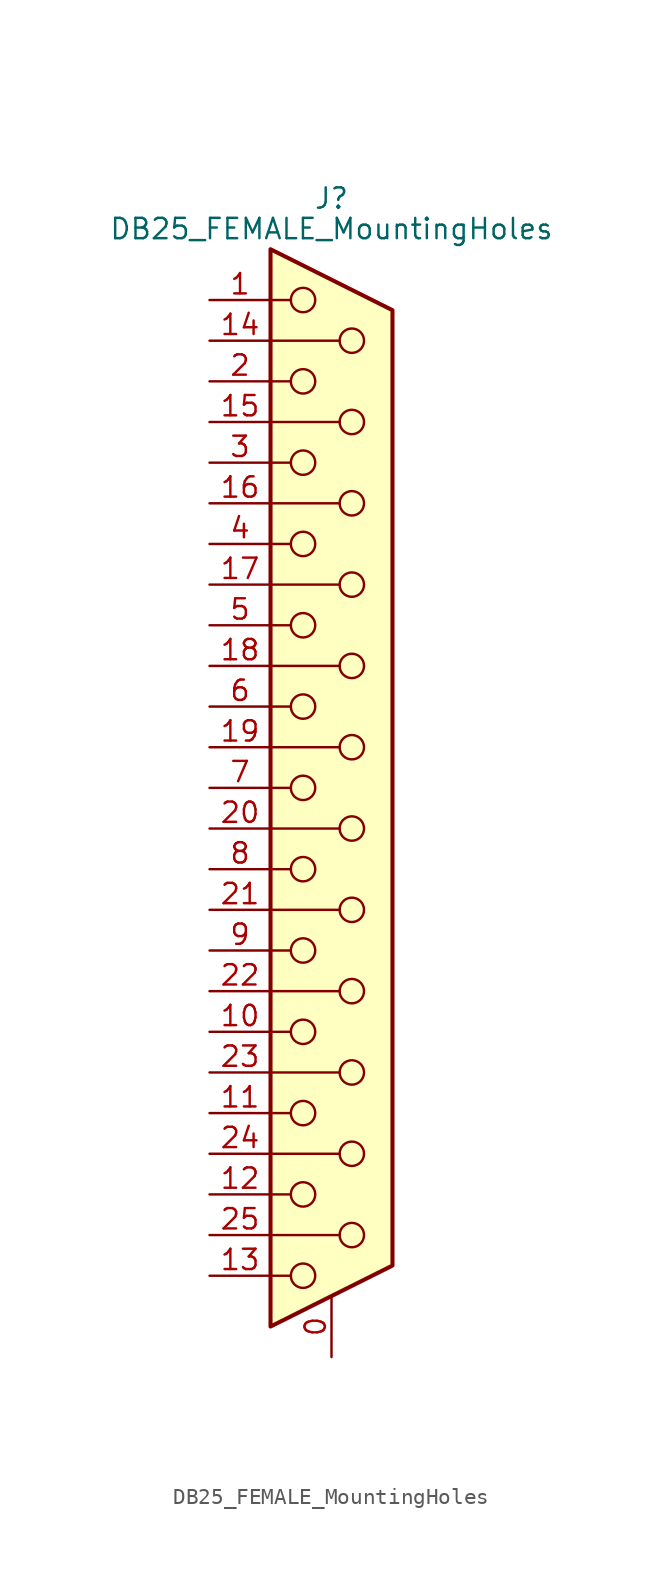
<source format=kicad_sym>
(kicad_symbol_lib
  (version 20211014)
  (generator kicad_symbol_editor)
  (symbol "DB25_FEMALE_MountingHoles"
    (pin_names
      (offset 1.016) hide)
    (property "Reference" "J"
      (at 0 36.83 0)
      (effects (font (size 1.27 1.27))))
    (property "Value" "DB25_FEMALE_MountingHoles"
      (at 0 34.925 0)
      (effects (font (size 1.27 1.27))))
    (symbol "DB25_FEMALE_MountingHoles_0_1"
      (circle (center -1.778 -30.48) (radius 0.762) (stroke (width 0) (type default) (color 0 0 0 0)) (fill (type none)))
      (circle (center -1.778 -25.4) (radius 0.762) (stroke (width 0) (type default) (color 0 0 0 0)) (fill (type none)))
      (circle (center -1.778 -20.32) (radius 0.762) (stroke (width 0) (type default) (color 0 0 0 0)) (fill (type none)))
      (circle (center -1.778 -15.24) (radius 0.762) (stroke (width 0) (type default) (color 0 0 0 0)) (fill (type none)))
      (circle (center -1.778 -10.16) (radius 0.762) (stroke (width 0) (type default) (color 0 0 0 0)) (fill (type none)))
      (circle (center -1.778 -5.08) (radius 0.762) (stroke (width 0) (type default) (color 0 0 0 0)) (fill (type none)))
      (circle (center -1.778 0) (radius 0.762) (stroke (width 0) (type default) (color 0 0 0 0)) (fill (type none)))
      (circle (center -1.778 5.08) (radius 0.762) (stroke (width 0) (type default) (color 0 0 0 0)) (fill (type none)))
      (circle (center -1.778 10.16) (radius 0.762) (stroke (width 0) (type default) (color 0 0 0 0)) (fill (type none)))
      (circle (center -1.778 15.24) (radius 0.762) (stroke (width 0) (type default) (color 0 0 0 0)) (fill (type none)))
      (circle (center -1.778 20.32) (radius 0.762) (stroke (width 0) (type default) (color 0 0 0 0)) (fill (type none)))
      (circle (center -1.778 25.4) (radius 0.762) (stroke (width 0) (type default) (color 0 0 0 0)) (fill (type none)))
      (circle (center -1.778 30.48) (radius 0.762) (stroke (width 0) (type default) (color 0 0 0 0)) (fill (type none)))
      (polyline (pts (xy -3.81 -30.48) (xy -2.54 -30.48)) (stroke (width 0) (type default) (color 0 0 0 0)) (fill (type none)))
      (polyline (pts (xy -3.81 -27.94) (xy 0.508 -27.94)) (stroke (width 0) (type default) (color 0 0 0 0)) (fill (type none)))
      (polyline (pts (xy -3.81 -25.4) (xy -2.54 -25.4)) (stroke (width 0) (type default) (color 0 0 0 0)) (fill (type none)))
      (polyline (pts (xy -3.81 -22.86) (xy 0.508 -22.86)) (stroke (width 0) (type default) (color 0 0 0 0)) (fill (type none)))
      (polyline (pts (xy -3.81 -20.32) (xy -2.54 -20.32)) (stroke (width 0) (type default) (color 0 0 0 0)) (fill (type none)))
      (polyline (pts (xy -3.81 -17.78) (xy 0.508 -17.78)) (stroke (width 0) (type default) (color 0 0 0 0)) (fill (type none)))
      (polyline (pts (xy -3.81 -15.24) (xy -2.54 -15.24)) (stroke (width 0) (type default) (color 0 0 0 0)) (fill (type none)))
      (polyline (pts (xy -3.81 -12.7) (xy 0.508 -12.7)) (stroke (width 0) (type default) (color 0 0 0 0)) (fill (type none)))
      (polyline (pts (xy -3.81 -10.16) (xy -2.54 -10.16)) (stroke (width 0) (type default) (color 0 0 0 0)) (fill (type none)))
      (polyline (pts (xy -3.81 -7.62) (xy 0.508 -7.62)) (stroke (width 0) (type default) (color 0 0 0 0)) (fill (type none)))
      (polyline (pts (xy -3.81 -5.08) (xy -2.54 -5.08)) (stroke (width 0) (type default) (color 0 0 0 0)) (fill (type none)))
      (polyline (pts (xy -3.81 -2.54) (xy 0.508 -2.54)) (stroke (width 0) (type default) (color 0 0 0 0)) (fill (type none)))
      (polyline (pts (xy -3.81 0) (xy -2.54 0)) (stroke (width 0) (type default) (color 0 0 0 0)) (fill (type none)))
      (polyline (pts (xy -3.81 2.54) (xy 0.508 2.54)) (stroke (width 0) (type default) (color 0 0 0 0)) (fill (type none)))
      (polyline (pts (xy -3.81 5.08) (xy -2.54 5.08)) (stroke (width 0) (type default) (color 0 0 0 0)) (fill (type none)))
      (polyline (pts (xy -3.81 7.62) (xy 0.508 7.62)) (stroke (width 0) (type default) (color 0 0 0 0)) (fill (type none)))
      (polyline (pts (xy -3.81 10.16) (xy -2.54 10.16)) (stroke (width 0) (type default) (color 0 0 0 0)) (fill (type none)))
      (polyline (pts (xy -3.81 12.7) (xy 0.508 12.7)) (stroke (width 0) (type default) (color 0 0 0 0)) (fill (type none)))
      (polyline (pts (xy -3.81 15.24) (xy -2.54 15.24)) (stroke (width 0) (type default) (color 0 0 0 0)) (fill (type none)))
      (polyline (pts (xy -3.81 17.78) (xy 0.508 17.78)) (stroke (width 0) (type default) (color 0 0 0 0)) (fill (type none)))
      (polyline (pts (xy -3.81 20.32) (xy -2.54 20.32)) (stroke (width 0) (type default) (color 0 0 0 0)) (fill (type none)))
      (polyline (pts (xy -3.81 22.86) (xy 0.508 22.86)) (stroke (width 0) (type default) (color 0 0 0 0)) (fill (type none)))
      (polyline (pts (xy -3.81 25.4) (xy -2.54 25.4)) (stroke (width 0) (type default) (color 0 0 0 0)) (fill (type none)))
      (polyline (pts (xy -3.81 27.94) (xy 0.508 27.94)) (stroke (width 0) (type default) (color 0 0 0 0)) (fill (type none)))
      (polyline (pts (xy -3.81 30.48) (xy -2.54 30.48)) (stroke (width 0) (type default) (color 0 0 0 0)) (fill (type none)))
      (polyline (pts (xy -3.81 33.655) (xy 3.81 29.845) (xy 3.81 -29.845) (xy -3.81 -33.655) (xy -3.81 33.655)) (stroke (width 0.254) (type default) (color 0 0 0 0)) (fill (type background)))
      (circle (center 1.27 -27.94) (radius 0.762) (stroke (width 0) (type default) (color 0 0 0 0)) (fill (type none)))
      (circle (center 1.27 -22.86) (radius 0.762) (stroke (width 0) (type default) (color 0 0 0 0)) (fill (type none)))
      (circle (center 1.27 -17.78) (radius 0.762) (stroke (width 0) (type default) (color 0 0 0 0)) (fill (type none)))
      (circle (center 1.27 -12.7) (radius 0.762) (stroke (width 0) (type default) (color 0 0 0 0)) (fill (type none)))
      (circle (center 1.27 -7.62) (radius 0.762) (stroke (width 0) (type default) (color 0 0 0 0)) (fill (type none)))
      (circle (center 1.27 -2.54) (radius 0.762) (stroke (width 0) (type default) (color 0 0 0 0)) (fill (type none)))
      (circle (center 1.27 2.54) (radius 0.762) (stroke (width 0) (type default) (color 0 0 0 0)) (fill (type none)))
      (circle (center 1.27 7.62) (radius 0.762) (stroke (width 0) (type default) (color 0 0 0 0)) (fill (type none)))
      (circle (center 1.27 12.7) (radius 0.762) (stroke (width 0) (type default) (color 0 0 0 0)) (fill (type none)))
      (circle (center 1.27 17.78) (radius 0.762) (stroke (width 0) (type default) (color 0 0 0 0)) (fill (type none)))
      (circle (center 1.27 22.86) (radius 0.762) (stroke (width 0) (type default) (color 0 0 0 0)) (fill (type none)))
      (circle (center 1.27 27.94) (radius 0.762) (stroke (width 0) (type default) (color 0 0 0 0)) (fill (type none))))
    (symbol "DB25_FEMALE_MountingHoles_1_1"
      (pin passive line (at 0 -35.56 90) (length 3.81) (name "PAD" (effects (font (size 1.27 1.27)))) (number "0" (effects (font (size 1.27 1.27)))))
      (pin passive line (at -7.62 30.48 0) (length 3.81) (name "1" (effects (font (size 1.27 1.27)))) (number "1" (effects (font (size 1.27 1.27)))))
      (pin passive line (at -7.62 -15.24 0) (length 3.81) (name "10" (effects (font (size 1.27 1.27)))) (number "10" (effects (font (size 1.27 1.27)))))
      (pin passive line (at -7.62 -20.32 0) (length 3.81) (name "11" (effects (font (size 1.27 1.27)))) (number "11" (effects (font (size 1.27 1.27)))))
      (pin passive line (at -7.62 -25.4 0) (length 3.81) (name "12" (effects (font (size 1.27 1.27)))) (number "12" (effects (font (size 1.27 1.27)))))
      (pin passive line (at -7.62 -30.48 0) (length 3.81) (name "13" (effects (font (size 1.27 1.27)))) (number "13" (effects (font (size 1.27 1.27)))))
      (pin passive line (at -7.62 27.94 0) (length 3.81) (name "P14" (effects (font (size 1.27 1.27)))) (number "14" (effects (font (size 1.27 1.27)))))
      (pin passive line (at -7.62 22.86 0) (length 3.81) (name "P15" (effects (font (size 1.27 1.27)))) (number "15" (effects (font (size 1.27 1.27)))))
      (pin passive line (at -7.62 17.78 0) (length 3.81) (name "P16" (effects (font (size 1.27 1.27)))) (number "16" (effects (font (size 1.27 1.27)))))
      (pin passive line (at -7.62 12.7 0) (length 3.81) (name "P17" (effects (font (size 1.27 1.27)))) (number "17" (effects (font (size 1.27 1.27)))))
      (pin passive line (at -7.62 7.62 0) (length 3.81) (name "P18" (effects (font (size 1.27 1.27)))) (number "18" (effects (font (size 1.27 1.27)))))
      (pin passive line (at -7.62 2.54 0) (length 3.81) (name "P19" (effects (font (size 1.27 1.27)))) (number "19" (effects (font (size 1.27 1.27)))))
      (pin passive line (at -7.62 25.4 0) (length 3.81) (name "2" (effects (font (size 1.27 1.27)))) (number "2" (effects (font (size 1.27 1.27)))))
      (pin passive line (at -7.62 -2.54 0) (length 3.81) (name "P20" (effects (font (size 1.27 1.27)))) (number "20" (effects (font (size 1.27 1.27)))))
      (pin passive line (at -7.62 -7.62 0) (length 3.81) (name "P21" (effects (font (size 1.27 1.27)))) (number "21" (effects (font (size 1.27 1.27)))))
      (pin passive line (at -7.62 -12.7 0) (length 3.81) (name "P22" (effects (font (size 1.27 1.27)))) (number "22" (effects (font (size 1.27 1.27)))))
      (pin passive line (at -7.62 -17.78 0) (length 3.81) (name "P23" (effects (font (size 1.27 1.27)))) (number "23" (effects (font (size 1.27 1.27)))))
      (pin passive line (at -7.62 -22.86 0) (length 3.81) (name "P24" (effects (font (size 1.27 1.27)))) (number "24" (effects (font (size 1.27 1.27)))))
      (pin passive line (at -7.62 -27.94 0) (length 3.81) (name "P25" (effects (font (size 1.27 1.27)))) (number "25" (effects (font (size 1.27 1.27)))))
      (pin passive line (at -7.62 20.32 0) (length 3.81) (name "3" (effects (font (size 1.27 1.27)))) (number "3" (effects (font (size 1.27 1.27)))))
      (pin passive line (at -7.62 15.24 0) (length 3.81) (name "4" (effects (font (size 1.27 1.27)))) (number "4" (effects (font (size 1.27 1.27)))))
      (pin passive line (at -7.62 10.16 0) (length 3.81) (name "5" (effects (font (size 1.27 1.27)))) (number "5" (effects (font (size 1.27 1.27)))))
      (pin passive line (at -7.62 5.08 0) (length 3.81) (name "6" (effects (font (size 1.27 1.27)))) (number "6" (effects (font (size 1.27 1.27)))))
      (pin passive line (at -7.62 0 0) (length 3.81) (name "7" (effects (font (size 1.27 1.27)))) (number "7" (effects (font (size 1.27 1.27)))))
      (pin passive line (at -7.62 -5.08 0) (length 3.81) (name "8" (effects (font (size 1.27 1.27)))) (number "8" (effects (font (size 1.27 1.27)))))
      (pin passive line (at -7.62 -10.16 0) (length 3.81) (name "9" (effects (font (size 1.27 1.27)))) (number "9" (effects (font (size 1.27 1.27))))))))
</source>
